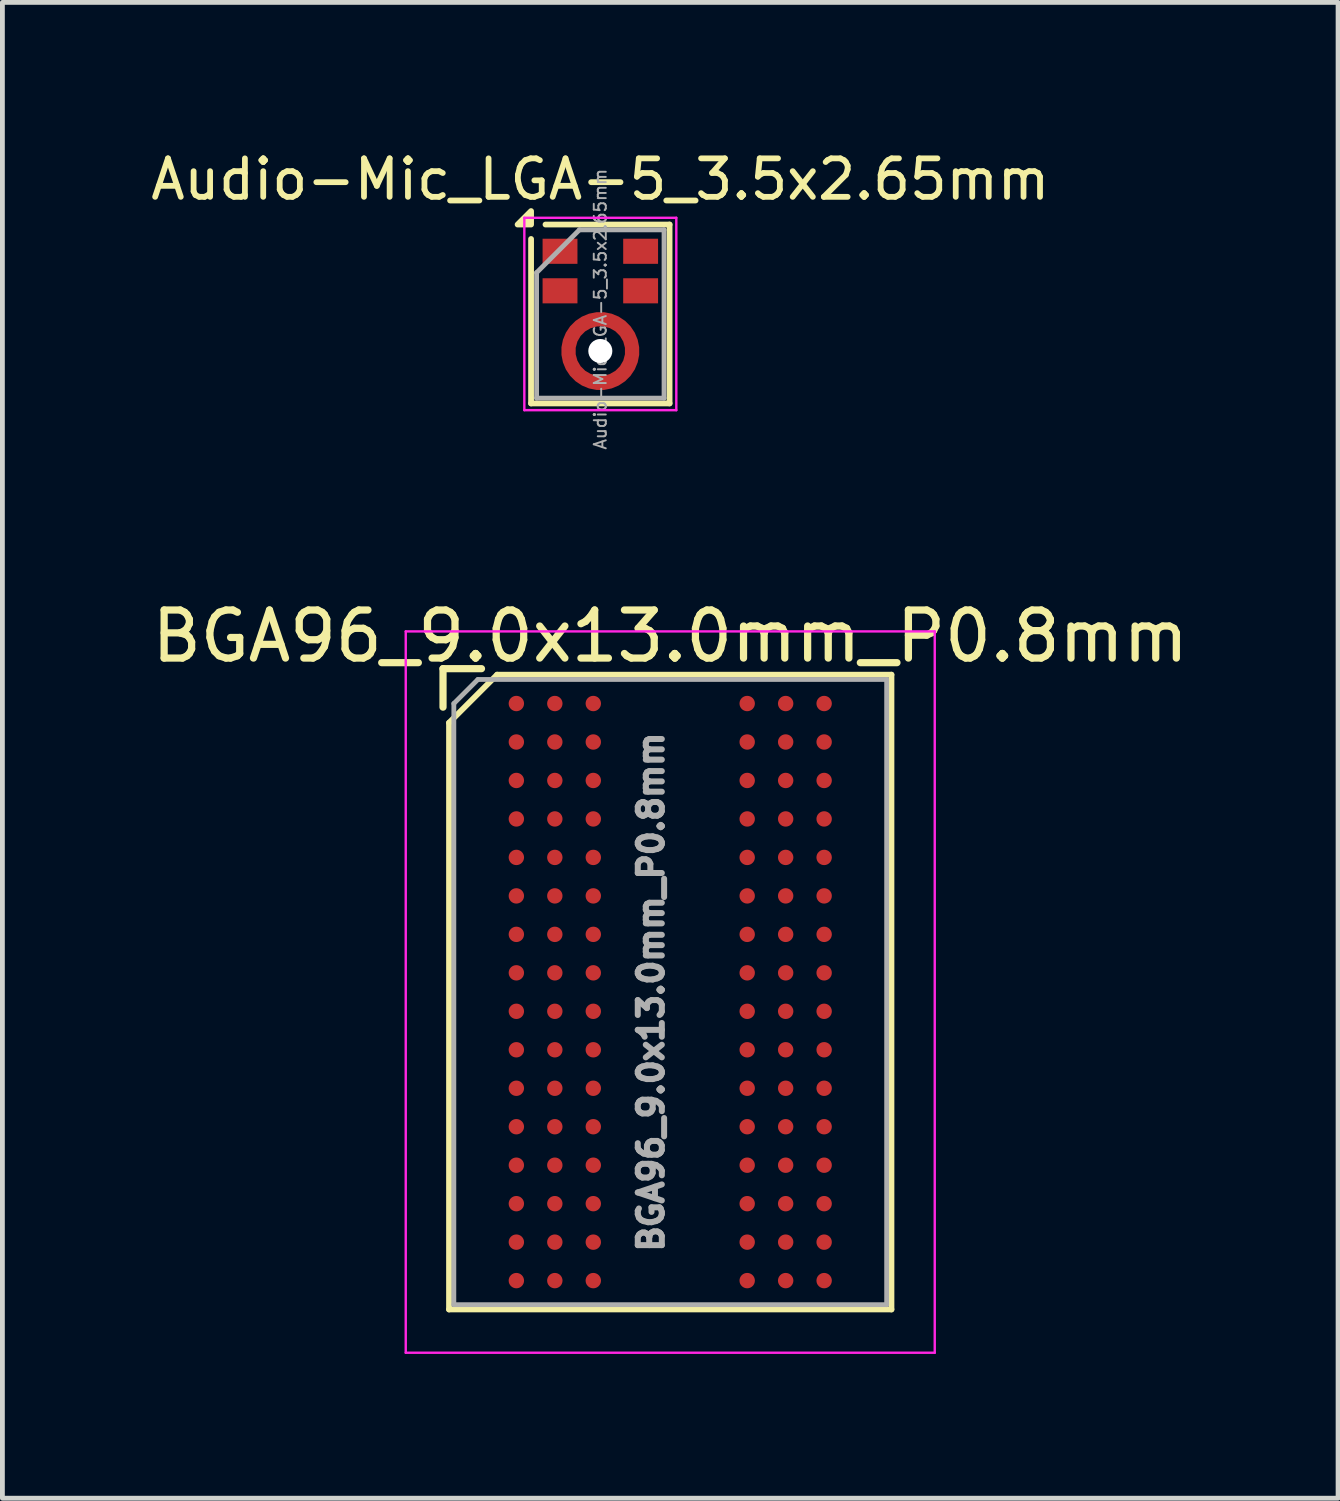
<source format=kicad_pcb>
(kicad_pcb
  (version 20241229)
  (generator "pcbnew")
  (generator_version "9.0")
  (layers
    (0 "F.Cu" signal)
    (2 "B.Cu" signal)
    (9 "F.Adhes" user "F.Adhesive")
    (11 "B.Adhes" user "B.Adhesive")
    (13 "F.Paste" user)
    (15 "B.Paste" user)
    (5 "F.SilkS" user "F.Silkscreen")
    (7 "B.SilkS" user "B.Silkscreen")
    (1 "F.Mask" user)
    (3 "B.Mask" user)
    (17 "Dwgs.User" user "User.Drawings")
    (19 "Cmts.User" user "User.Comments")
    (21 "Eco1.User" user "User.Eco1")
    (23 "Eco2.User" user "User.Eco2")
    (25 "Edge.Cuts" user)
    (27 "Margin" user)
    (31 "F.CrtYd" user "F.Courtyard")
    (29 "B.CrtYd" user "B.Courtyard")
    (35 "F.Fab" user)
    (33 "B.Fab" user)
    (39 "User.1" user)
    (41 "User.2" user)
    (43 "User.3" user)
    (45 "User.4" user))
  (footprint "Audio-Mic_LGA-5_3.5x2.65mm"
    (layer "F.Cu")
    (at 9.433 3.479)
    (property "Reference" "Audio-Mic_LGA-5_3.5x2.65mm" (at 0 -2.8 0) (layer "F.SilkS") (effects (font (size 0.8 0.8) (thickness 0.12))))
    (attr smd)
    (fp_line (start -1.44 1.86) (end -1.44 -1.56) (stroke (width 0.12) (type solid)) (layer "F.SilkS"))
    (fp_line (start -1.14 -1.86) (end 1.44 -1.86) (stroke (width 0.12) (type solid)) (layer "F.SilkS"))
    (fp_line (start 1.44 -1.86) (end 1.44 1.86) (stroke (width 0.12) (type solid)) (layer "F.SilkS"))
    (fp_line (start 1.44 1.86) (end -1.44 1.86) (stroke (width 0.12) (type solid)) (layer "F.SilkS"))
    (fp_poly (pts (xy -1.44 -1.86) (xy -1.72 -1.86) (xy -1.44 -2.14) (xy -1.44 -1.86)) (stroke (width 0.12) (type solid)) (fill yes) (layer "F.SilkS"))
    (fp_arc (start -0.6 0.49) (mid -0.464769 0.298418) (end -0.271239 0.165989) (stroke (width 0.3) (type solid)) (layer "F.Paste"))
    (fp_arc (start -0.28 1.37) (mid -0.471582 1.234769) (end -0.604011 1.041239) (stroke (width 0.3) (type solid)) (layer "F.Paste"))
    (fp_arc (start 0.28 0.17) (mid 0.471401 0.305047) (end 0.603799 0.49829) (stroke (width 0.3) (type solid)) (layer "F.Paste"))
    (fp_arc (start 0.6 1.05) (mid 0.464769 1.241582) (end 0.271239 1.374011) (stroke (width 0.3) (type solid)) (layer "F.Paste"))
    (fp_line (start -1.58 -2) (end 1.58 -2) (stroke (width 0.05) (type solid)) (layer "F.CrtYd"))
    (fp_line (start -1.58 2) (end -1.58 -2) (stroke (width 0.05) (type solid)) (layer "F.CrtYd"))
    (fp_line (start 1.58 -2) (end 1.58 2) (stroke (width 0.05) (type solid)) (layer "F.CrtYd"))
    (fp_line (start 1.58 2) (end -1.58 2) (stroke (width 0.05) (type solid)) (layer "F.CrtYd"))
    (fp_line (start -1.325 1.75) (end -1.325 -0.86) (stroke (width 0.1) (type solid)) (layer "F.Fab"))
    (fp_line (start -0.435 -1.75) (end -1.325 -0.86) (stroke (width 0.1) (type solid)) (layer "F.Fab"))
    (fp_line (start 1.325 -1.75) (end -0.435 -1.75) (stroke (width 0.1) (type solid)) (layer "F.Fab"))
    (fp_line (start 1.325 -1.75) (end 1.325 1.75) (stroke (width 0.1) (type solid)) (layer "F.Fab"))
    (fp_line (start 1.325 1.75) (end -1.325 1.75) (stroke (width 0.1) (type solid)) (layer "F.Fab"))
    (fp_text user "${REFERENCE}" (at 0 -0.1 90) (layer "F.Fab") (effects (font (size 0.25 0.25) (thickness 0.04))))
    (pad "" np_thru_hole circle (at 0 0.77) (size 0.5 0.5) (drill 0.5) (layers "*.Cu" "*.Mask"))
    (pad "1" smd rect (at -0.838 -1.304) (size 0.725 0.522) (layers "F.Cu" "F.Mask" "F.Paste"))
    (pad "2" smd rect (at -0.838 -0.482) (size 0.725 0.522) (layers "F.Cu" "F.Mask" "F.Paste"))
    (pad "3" smd custom (at 0 1.433) (size 0.3 0.3) (layers "F.Cu" "F.Mask") (options (anchor circle)) (primitives (gr_circle (center 0 -0.662) (end 0.662 -0.662) (width 0.3) (fill no))))
    (pad "4" smd rect (at 0.838 -0.482) (size 0.725 0.522) (layers "F.Cu" "F.Mask" "F.Paste"))
    (pad "5" smd rect (at 0.838 -1.304) (size 0.725 0.522) (layers "F.Cu" "F.Mask" "F.Paste")))
  (footprint "BGA96_9.0x13.0mm_P0.8mm"
    (layer "F.Cu")
    (at 10.887 17.579)
    (property "Reference" "BGA96_9.0x13.0mm_P0.8mm" (at 0 -7.4 0) (layer "F.SilkS") (effects (font (size 1 1) (thickness 0.15))))
    (attr smd)
    (fp_line (start -4.725 -6.725) (end -4.725 -5.925) (stroke (width 0.15) (type solid)) (layer "F.SilkS"))
    (fp_line (start -4.6 -5.6) (end -4.6 6.6) (stroke (width 0.12) (type solid)) (layer "F.SilkS"))
    (fp_line (start -4.6 6.6) (end 4.6 6.6) (stroke (width 0.12) (type solid)) (layer "F.SilkS"))
    (fp_line (start -3.925 -6.725) (end -4.725 -6.725) (stroke (width 0.15) (type solid)) (layer "F.SilkS"))
    (fp_line (start -3.6 -6.6) (end -4.6 -5.6) (stroke (width 0.12) (type solid)) (layer "F.SilkS"))
    (fp_line (start 4.6 -6.6) (end -3.6 -6.6) (stroke (width 0.12) (type solid)) (layer "F.SilkS"))
    (fp_line (start 4.6 6.6) (end 4.6 -6.6) (stroke (width 0.12) (type solid)) (layer "F.SilkS"))
    (fp_line (start -5.5 -7.5) (end -5.5 7.5) (stroke (width 0.05) (type solid)) (layer "F.CrtYd"))
    (fp_line (start -5.5 -7.5) (end 5.5 -7.5) (stroke (width 0.05) (type solid)) (layer "F.CrtYd"))
    (fp_line (start 5.5 7.5) (end -5.5 7.5) (stroke (width 0.05) (type solid)) (layer "F.CrtYd"))
    (fp_line (start 5.5 7.5) (end 5.5 -7.5) (stroke (width 0.05) (type solid)) (layer "F.CrtYd"))
    (fp_line (start -4.5 -6) (end -4.5 6.5) (stroke (width 0.1) (type solid)) (layer "F.Fab"))
    (fp_line (start -4.5 6.5) (end 4.5 6.5) (stroke (width 0.1) (type solid)) (layer "F.Fab"))
    (fp_line (start -4 -6.5) (end -4.5 -6) (stroke (width 0.1) (type solid)) (layer "F.Fab"))
    (fp_line (start 4.5 -6.5) (end -4 -6.5) (stroke (width 0.1) (type solid)) (layer "F.Fab"))
    (fp_line (start 4.5 6.5) (end 4.5 -6.5) (stroke (width 0.1) (type solid)) (layer "F.Fab"))
    (fp_text user "${REFERENCE}" (at -0.4 0 90) (layer "F.Fab") (effects (font (size 0.5 0.5) (thickness 0.125))))
    (pad "A1" smd circle (at -3.2 -6) (size 0.32 0.32) (property pad_prop_bga) (layers "F.Cu" "F.Mask" "F.Paste"))
    (pad "A2" smd circle (at -2.4 -6) (size 0.32 0.32) (property pad_prop_bga) (layers "F.Cu" "F.Mask" "F.Paste"))
    (pad "A3" smd circle (at -1.6 -6) (size 0.32 0.32) (property pad_prop_bga) (layers "F.Cu" "F.Mask" "F.Paste"))
    (pad "A7" smd circle (at 1.6 -6) (size 0.32 0.32) (property pad_prop_bga) (layers "F.Cu" "F.Mask" "F.Paste"))
    (pad "A8" smd circle (at 2.4 -6) (size 0.32 0.32) (property pad_prop_bga) (layers "F.Cu" "F.Mask" "F.Paste"))
    (pad "A9" smd circle (at 3.2 -6) (size 0.32 0.32) (property pad_prop_bga) (layers "F.Cu" "F.Mask" "F.Paste"))
    (pad "B1" smd circle (at -3.2 -5.2) (size 0.32 0.32) (property pad_prop_bga) (layers "F.Cu" "F.Mask" "F.Paste"))
    (pad "B2" smd circle (at -2.4 -5.2) (size 0.32 0.32) (property pad_prop_bga) (layers "F.Cu" "F.Mask" "F.Paste"))
    (pad "B3" smd circle (at -1.6 -5.2) (size 0.32 0.32) (property pad_prop_bga) (layers "F.Cu" "F.Mask" "F.Paste"))
    (pad "B7" smd circle (at 1.6 -5.2) (size 0.32 0.32) (property pad_prop_bga) (layers "F.Cu" "F.Mask" "F.Paste"))
    (pad "B8" smd circle (at 2.4 -5.2) (size 0.32 0.32) (property pad_prop_bga) (layers "F.Cu" "F.Mask" "F.Paste"))
    (pad "B9" smd circle (at 3.2 -5.2) (size 0.32 0.32) (property pad_prop_bga) (layers "F.Cu" "F.Mask" "F.Paste"))
    (pad "C1" smd circle (at -3.2 -4.4) (size 0.32 0.32) (property pad_prop_bga) (layers "F.Cu" "F.Mask" "F.Paste"))
    (pad "C2" smd circle (at -2.4 -4.4) (size 0.32 0.32) (property pad_prop_bga) (layers "F.Cu" "F.Mask" "F.Paste"))
    (pad "C3" smd circle (at -1.6 -4.4) (size 0.32 0.32) (property pad_prop_bga) (layers "F.Cu" "F.Mask" "F.Paste"))
    (pad "C7" smd circle (at 1.6 -4.4) (size 0.32 0.32) (property pad_prop_bga) (layers "F.Cu" "F.Mask" "F.Paste"))
    (pad "C8" smd circle (at 2.4 -4.4) (size 0.32 0.32) (property pad_prop_bga) (layers "F.Cu" "F.Mask" "F.Paste"))
    (pad "C9" smd circle (at 3.2 -4.4) (size 0.32 0.32) (property pad_prop_bga) (layers "F.Cu" "F.Mask" "F.Paste"))
    (pad "D1" smd circle (at -3.2 -3.6) (size 0.32 0.32) (property pad_prop_bga) (layers "F.Cu" "F.Mask" "F.Paste"))
    (pad "D2" smd circle (at -2.4 -3.6) (size 0.32 0.32) (property pad_prop_bga) (layers "F.Cu" "F.Mask" "F.Paste"))
    (pad "D3" smd circle (at -1.6 -3.6) (size 0.32 0.32) (property pad_prop_bga) (layers "F.Cu" "F.Mask" "F.Paste"))
    (pad "D7" smd circle (at 1.6 -3.6) (size 0.32 0.32) (property pad_prop_bga) (layers "F.Cu" "F.Mask" "F.Paste"))
    (pad "D8" smd circle (at 2.4 -3.6) (size 0.32 0.32) (property pad_prop_bga) (layers "F.Cu" "F.Mask" "F.Paste"))
    (pad "D9" smd circle (at 3.2 -3.6) (size 0.32 0.32) (property pad_prop_bga) (layers "F.Cu" "F.Mask" "F.Paste"))
    (pad "E1" smd circle (at -3.2 -2.8) (size 0.32 0.32) (property pad_prop_bga) (layers "F.Cu" "F.Mask" "F.Paste"))
    (pad "E2" smd circle (at -2.4 -2.8) (size 0.32 0.32) (property pad_prop_bga) (layers "F.Cu" "F.Mask" "F.Paste"))
    (pad "E3" smd circle (at -1.6 -2.8) (size 0.32 0.32) (property pad_prop_bga) (layers "F.Cu" "F.Mask" "F.Paste"))
    (pad "E7" smd circle (at 1.6 -2.8) (size 0.32 0.32) (property pad_prop_bga) (layers "F.Cu" "F.Mask" "F.Paste"))
    (pad "E8" smd circle (at 2.4 -2.8) (size 0.32 0.32) (property pad_prop_bga) (layers "F.Cu" "F.Mask" "F.Paste"))
    (pad "E9" smd circle (at 3.2 -2.8) (size 0.32 0.32) (property pad_prop_bga) (layers "F.Cu" "F.Mask" "F.Paste"))
    (pad "F1" smd circle (at -3.2 -2) (size 0.32 0.32) (property pad_prop_bga) (layers "F.Cu" "F.Mask" "F.Paste"))
    (pad "F2" smd circle (at -2.4 -2) (size 0.32 0.32) (property pad_prop_bga) (layers "F.Cu" "F.Mask" "F.Paste"))
    (pad "F3" smd circle (at -1.6 -2) (size 0.32 0.32) (property pad_prop_bga) (layers "F.Cu" "F.Mask" "F.Paste"))
    (pad "F7" smd circle (at 1.6 -2) (size 0.32 0.32) (property pad_prop_bga) (layers "F.Cu" "F.Mask" "F.Paste"))
    (pad "F8" smd circle (at 2.4 -2) (size 0.32 0.32) (property pad_prop_bga) (layers "F.Cu" "F.Mask" "F.Paste"))
    (pad "F9" smd circle (at 3.2 -2) (size 0.32 0.32) (property pad_prop_bga) (layers "F.Cu" "F.Mask" "F.Paste"))
    (pad "G1" smd circle (at -3.2 -1.2) (size 0.32 0.32) (property pad_prop_bga) (layers "F.Cu" "F.Mask" "F.Paste"))
    (pad "G2" smd circle (at -2.4 -1.2) (size 0.32 0.32) (property pad_prop_bga) (layers "F.Cu" "F.Mask" "F.Paste"))
    (pad "G3" smd circle (at -1.6 -1.2) (size 0.32 0.32) (property pad_prop_bga) (layers "F.Cu" "F.Mask" "F.Paste"))
    (pad "G7" smd circle (at 1.6 -1.2) (size 0.32 0.32) (property pad_prop_bga) (layers "F.Cu" "F.Mask" "F.Paste"))
    (pad "G8" smd circle (at 2.4 -1.2) (size 0.32 0.32) (property pad_prop_bga) (layers "F.Cu" "F.Mask" "F.Paste"))
    (pad "G9" smd circle (at 3.2 -1.2) (size 0.32 0.32) (property pad_prop_bga) (layers "F.Cu" "F.Mask" "F.Paste"))
    (pad "H1" smd circle (at -3.2 -0.4) (size 0.32 0.32) (property pad_prop_bga) (layers "F.Cu" "F.Mask" "F.Paste"))
    (pad "H2" smd circle (at -2.4 -0.4) (size 0.32 0.32) (property pad_prop_bga) (layers "F.Cu" "F.Mask" "F.Paste"))
    (pad "H3" smd circle (at -1.6 -0.4) (size 0.32 0.32) (property pad_prop_bga) (layers "F.Cu" "F.Mask" "F.Paste"))
    (pad "H7" smd circle (at 1.6 -0.4) (size 0.32 0.32) (property pad_prop_bga) (layers "F.Cu" "F.Mask" "F.Paste"))
    (pad "H8" smd circle (at 2.4 -0.4) (size 0.32 0.32) (property pad_prop_bga) (layers "F.Cu" "F.Mask" "F.Paste"))
    (pad "H9" smd circle (at 3.2 -0.4) (size 0.32 0.32) (property pad_prop_bga) (layers "F.Cu" "F.Mask" "F.Paste"))
    (pad "J1" smd circle (at -3.2 0.4) (size 0.32 0.32) (property pad_prop_bga) (layers "F.Cu" "F.Mask" "F.Paste"))
    (pad "J2" smd circle (at -2.4 0.4) (size 0.32 0.32) (property pad_prop_bga) (layers "F.Cu" "F.Mask" "F.Paste"))
    (pad "J3" smd circle (at -1.6 0.4) (size 0.32 0.32) (property pad_prop_bga) (layers "F.Cu" "F.Mask" "F.Paste"))
    (pad "J7" smd circle (at 1.6 0.4) (size 0.32 0.32) (property pad_prop_bga) (layers "F.Cu" "F.Mask" "F.Paste"))
    (pad "J8" smd circle (at 2.4 0.4) (size 0.32 0.32) (property pad_prop_bga) (layers "F.Cu" "F.Mask" "F.Paste"))
    (pad "J9" smd circle (at 3.2 0.4) (size 0.32 0.32) (property pad_prop_bga) (layers "F.Cu" "F.Mask" "F.Paste"))
    (pad "K1" smd circle (at -3.2 1.2) (size 0.32 0.32) (property pad_prop_bga) (layers "F.Cu" "F.Mask" "F.Paste"))
    (pad "K2" smd circle (at -2.4 1.2) (size 0.32 0.32) (property pad_prop_bga) (layers "F.Cu" "F.Mask" "F.Paste"))
    (pad "K3" smd circle (at -1.6 1.2) (size 0.32 0.32) (property pad_prop_bga) (layers "F.Cu" "F.Mask" "F.Paste"))
    (pad "K7" smd circle (at 1.6 1.2) (size 0.32 0.32) (property pad_prop_bga) (layers "F.Cu" "F.Mask" "F.Paste"))
    (pad "K8" smd circle (at 2.4 1.2) (size 0.32 0.32) (property pad_prop_bga) (layers "F.Cu" "F.Mask" "F.Paste"))
    (pad "K9" smd circle (at 3.2 1.2) (size 0.32 0.32) (property pad_prop_bga) (layers "F.Cu" "F.Mask" "F.Paste"))
    (pad "L1" smd circle (at -3.2 2) (size 0.32 0.32) (property pad_prop_bga) (layers "F.Cu" "F.Mask" "F.Paste"))
    (pad "L2" smd circle (at -2.4 2) (size 0.32 0.32) (property pad_prop_bga) (layers "F.Cu" "F.Mask" "F.Paste"))
    (pad "L3" smd circle (at -1.6 2) (size 0.32 0.32) (property pad_prop_bga) (layers "F.Cu" "F.Mask" "F.Paste"))
    (pad "L7" smd circle (at 1.6 2) (size 0.32 0.32) (property pad_prop_bga) (layers "F.Cu" "F.Mask" "F.Paste"))
    (pad "L8" smd circle (at 2.4 2) (size 0.32 0.32) (property pad_prop_bga) (layers "F.Cu" "F.Mask" "F.Paste"))
    (pad "L9" smd circle (at 3.2 2) (size 0.32 0.32) (property pad_prop_bga) (layers "F.Cu" "F.Mask" "F.Paste"))
    (pad "M1" smd circle (at -3.2 2.8) (size 0.32 0.32) (property pad_prop_bga) (layers "F.Cu" "F.Mask" "F.Paste"))
    (pad "M2" smd circle (at -2.4 2.8) (size 0.32 0.32) (property pad_prop_bga) (layers "F.Cu" "F.Mask" "F.Paste"))
    (pad "M3" smd circle (at -1.6 2.8) (size 0.32 0.32) (property pad_prop_bga) (layers "F.Cu" "F.Mask" "F.Paste"))
    (pad "M7" smd circle (at 1.6 2.8) (size 0.32 0.32) (property pad_prop_bga) (layers "F.Cu" "F.Mask" "F.Paste"))
    (pad "M8" smd circle (at 2.4 2.8) (size 0.32 0.32) (property pad_prop_bga) (layers "F.Cu" "F.Mask" "F.Paste"))
    (pad "M9" smd circle (at 3.2 2.8) (size 0.32 0.32) (property pad_prop_bga) (layers "F.Cu" "F.Mask" "F.Paste"))
    (pad "N1" smd circle (at -3.2 3.6) (size 0.32 0.32) (property pad_prop_bga) (layers "F.Cu" "F.Mask" "F.Paste"))
    (pad "N2" smd circle (at -2.4 3.6) (size 0.32 0.32) (property pad_prop_bga) (layers "F.Cu" "F.Mask" "F.Paste"))
    (pad "N3" smd circle (at -1.6 3.6) (size 0.32 0.32) (property pad_prop_bga) (layers "F.Cu" "F.Mask" "F.Paste"))
    (pad "N7" smd circle (at 1.6 3.6) (size 0.32 0.32) (property pad_prop_bga) (layers "F.Cu" "F.Mask" "F.Paste"))
    (pad "N8" smd circle (at 2.4 3.6) (size 0.32 0.32) (property pad_prop_bga) (layers "F.Cu" "F.Mask" "F.Paste"))
    (pad "N9" smd circle (at 3.2 3.6) (size 0.32 0.32) (property pad_prop_bga) (layers "F.Cu" "F.Mask" "F.Paste"))
    (pad "P1" smd circle (at -3.2 4.4) (size 0.32 0.32) (property pad_prop_bga) (layers "F.Cu" "F.Mask" "F.Paste"))
    (pad "P2" smd circle (at -2.4 4.4) (size 0.32 0.32) (property pad_prop_bga) (layers "F.Cu" "F.Mask" "F.Paste"))
    (pad "P3" smd circle (at -1.6 4.4) (size 0.32 0.32) (property pad_prop_bga) (layers "F.Cu" "F.Mask" "F.Paste"))
    (pad "P7" smd circle (at 1.6 4.4) (size 0.32 0.32) (property pad_prop_bga) (layers "F.Cu" "F.Mask" "F.Paste"))
    (pad "P8" smd circle (at 2.4 4.4) (size 0.32 0.32) (property pad_prop_bga) (layers "F.Cu" "F.Mask" "F.Paste"))
    (pad "P9" smd circle (at 3.2 4.4) (size 0.32 0.32) (property pad_prop_bga) (layers "F.Cu" "F.Mask" "F.Paste"))
    (pad "R1" smd circle (at -3.2 5.2) (size 0.32 0.32) (property pad_prop_bga) (layers "F.Cu" "F.Mask" "F.Paste"))
    (pad "R2" smd circle (at -2.4 5.2) (size 0.32 0.32) (property pad_prop_bga) (layers "F.Cu" "F.Mask" "F.Paste"))
    (pad "R3" smd circle (at -1.6 5.2) (size 0.32 0.32) (property pad_prop_bga) (layers "F.Cu" "F.Mask" "F.Paste"))
    (pad "R7" smd circle (at 1.6 5.2) (size 0.32 0.32) (property pad_prop_bga) (layers "F.Cu" "F.Mask" "F.Paste"))
    (pad "R8" smd circle (at 2.4 5.2) (size 0.32 0.32) (property pad_prop_bga) (layers "F.Cu" "F.Mask" "F.Paste"))
    (pad "R9" smd circle (at 3.2 5.2) (size 0.32 0.32) (property pad_prop_bga) (layers "F.Cu" "F.Mask" "F.Paste"))
    (pad "T1" smd circle (at -3.2 6) (size 0.32 0.32) (property pad_prop_bga) (layers "F.Cu" "F.Mask" "F.Paste"))
    (pad "T2" smd circle (at -2.4 6) (size 0.32 0.32) (property pad_prop_bga) (layers "F.Cu" "F.Mask" "F.Paste"))
    (pad "T3" smd circle (at -1.6 6) (size 0.32 0.32) (property pad_prop_bga) (layers "F.Cu" "F.Mask" "F.Paste"))
    (pad "T7" smd circle (at 1.6 6) (size 0.32 0.32) (property pad_prop_bga) (layers "F.Cu" "F.Mask" "F.Paste"))
    (pad "T8" smd circle (at 2.4 6) (size 0.32 0.32) (property pad_prop_bga) (layers "F.Cu" "F.Mask" "F.Paste"))
    (pad "T9" smd circle (at 3.2 6) (size 0.32 0.32) (property pad_prop_bga) (layers "F.Cu" "F.Mask" "F.Paste")))
  (gr_rect
    (start -3 -3)
    (end 24.774 28.104)
    (stroke (width 0.1) (type default))
    (fill no)
    (layer "Edge.Cuts")))
</source>
